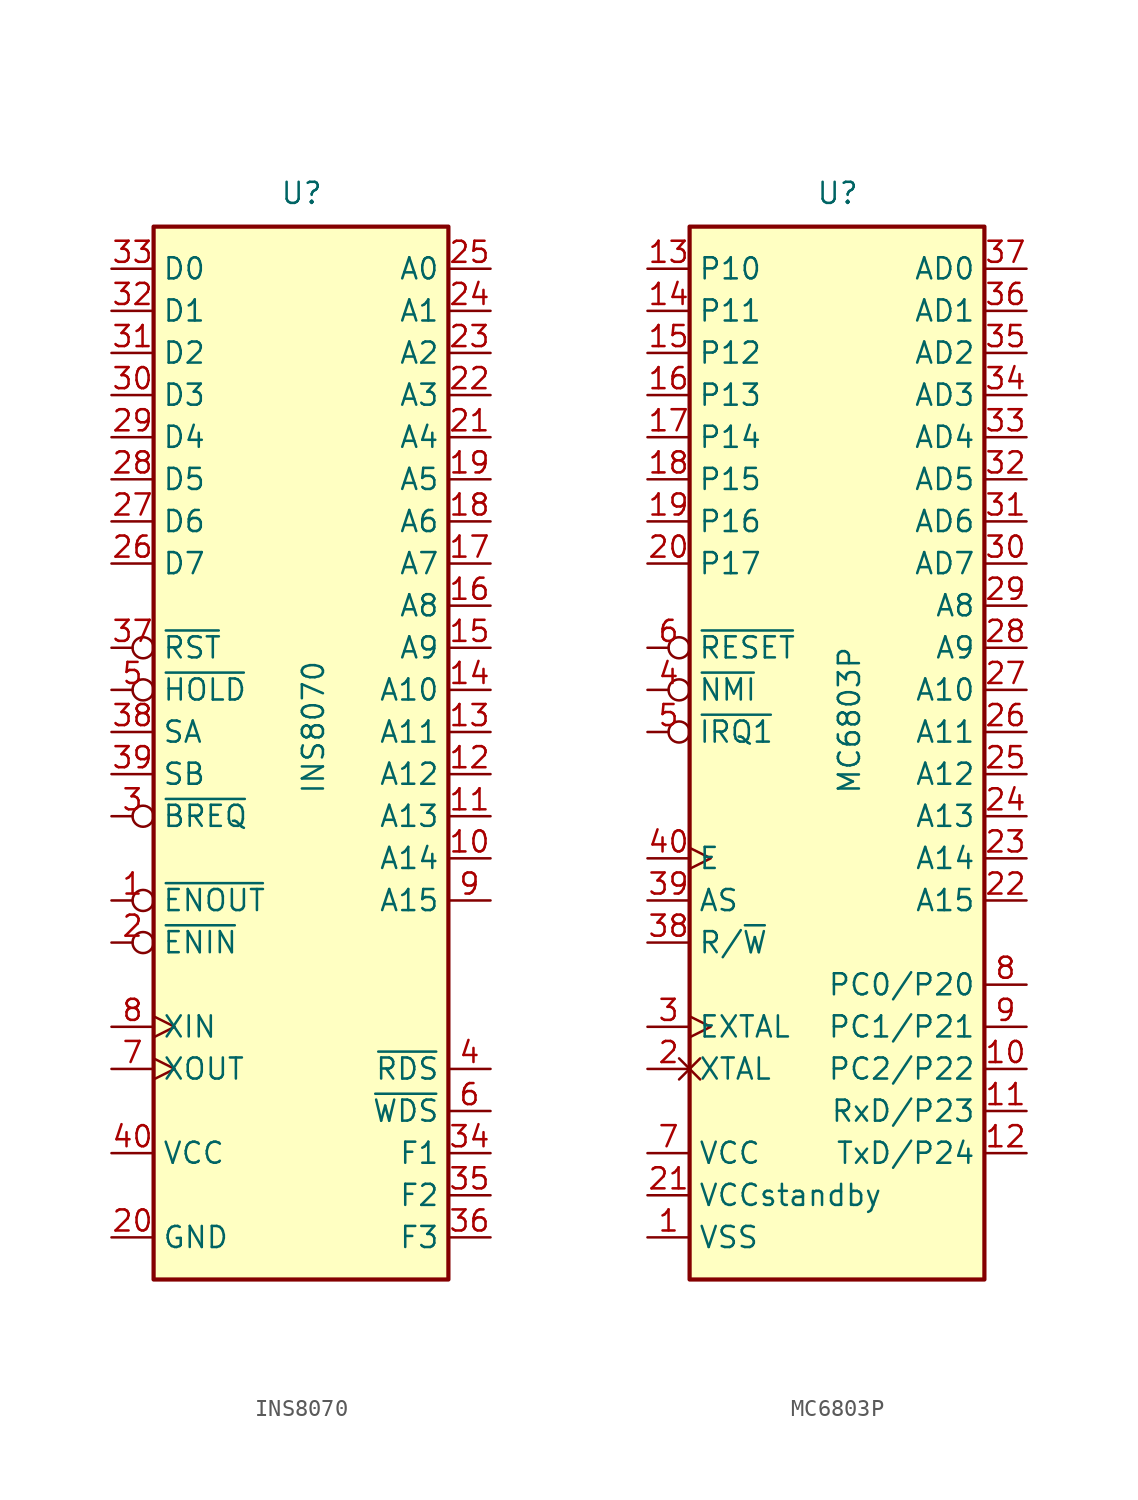
<source format=kicad_sym>
(kicad_symbol_lib
  (version 20211014)
  (generator kicad_symbol_editor)
  (symbol "INS8070"
    (property "Reference" "U"
      (at -1.27 31.75 0)
      (effects (font (size 1.27 1.27)) (justify left bottom)))
    (property "Value" "INS8070"
      (at 0 -3.81 90)
      (effects (font (size 1.27 1.27)) (justify left top)))
    (symbol "INS8070_0_1"
      (rectangle (start -8.89 -33.02) (end 8.89 30.48) (stroke (width 0.254) (type default) (color 0 0 0 0)) (fill (type background))))
    (symbol "INS8070_1_1"
      (pin output inverted (at -11.43 -10.16 0) (length 2.54) (name "~{ENOUT}" (effects (font (size 1.27 1.27)))) (number "1" (effects (font (size 1.27 1.27)))))
      (pin output line (at 11.43 -7.62 180) (length 2.54) (name "A14" (effects (font (size 1.27 1.27)))) (number "10" (effects (font (size 1.27 1.27)))))
      (pin output line (at 11.43 -5.08 180) (length 2.54) (name "A13" (effects (font (size 1.27 1.27)))) (number "11" (effects (font (size 1.27 1.27)))))
      (pin output line (at 11.43 -2.54 180) (length 2.54) (name "A12" (effects (font (size 1.27 1.27)))) (number "12" (effects (font (size 1.27 1.27)))))
      (pin output line (at 11.43 0 180) (length 2.54) (name "A11" (effects (font (size 1.27 1.27)))) (number "13" (effects (font (size 1.27 1.27)))))
      (pin output line (at 11.43 2.54 180) (length 2.54) (name "A10" (effects (font (size 1.27 1.27)))) (number "14" (effects (font (size 1.27 1.27)))))
      (pin output line (at 11.43 5.08 180) (length 2.54) (name "A9" (effects (font (size 1.27 1.27)))) (number "15" (effects (font (size 1.27 1.27)))))
      (pin output line (at 11.43 7.62 180) (length 2.54) (name "A8" (effects (font (size 1.27 1.27)))) (number "16" (effects (font (size 1.27 1.27)))))
      (pin output line (at 11.43 10.16 180) (length 2.54) (name "A7" (effects (font (size 1.27 1.27)))) (number "17" (effects (font (size 1.27 1.27)))))
      (pin output line (at 11.43 12.7 180) (length 2.54) (name "A6" (effects (font (size 1.27 1.27)))) (number "18" (effects (font (size 1.27 1.27)))))
      (pin output line (at 11.43 15.24 180) (length 2.54) (name "A5" (effects (font (size 1.27 1.27)))) (number "19" (effects (font (size 1.27 1.27)))))
      (pin input inverted (at -11.43 -12.7 0) (length 2.54) (name "~{ENIN}" (effects (font (size 1.27 1.27)))) (number "2" (effects (font (size 1.27 1.27)))))
      (pin power_in line (at -11.43 -30.48 0) (length 2.54) (name "GND" (effects (font (size 1.27 1.27)))) (number "20" (effects (font (size 1.27 1.27)))))
      (pin output line (at 11.43 17.78 180) (length 2.54) (name "A4" (effects (font (size 1.27 1.27)))) (number "21" (effects (font (size 1.27 1.27)))))
      (pin output line (at 11.43 20.32 180) (length 2.54) (name "A3" (effects (font (size 1.27 1.27)))) (number "22" (effects (font (size 1.27 1.27)))))
      (pin output line (at 11.43 22.86 180) (length 2.54) (name "A2" (effects (font (size 1.27 1.27)))) (number "23" (effects (font (size 1.27 1.27)))))
      (pin output line (at 11.43 25.4 180) (length 2.54) (name "A1" (effects (font (size 1.27 1.27)))) (number "24" (effects (font (size 1.27 1.27)))))
      (pin output line (at 11.43 27.94 180) (length 2.54) (name "A0" (effects (font (size 1.27 1.27)))) (number "25" (effects (font (size 1.27 1.27)))))
      (pin bidirectional line (at -11.43 10.16 0) (length 2.54) (name "D7" (effects (font (size 1.27 1.27)))) (number "26" (effects (font (size 1.27 1.27)))))
      (pin bidirectional line (at -11.43 12.7 0) (length 2.54) (name "D6" (effects (font (size 1.27 1.27)))) (number "27" (effects (font (size 1.27 1.27)))))
      (pin bidirectional line (at -11.43 15.24 0) (length 2.54) (name "D5" (effects (font (size 1.27 1.27)))) (number "28" (effects (font (size 1.27 1.27)))))
      (pin bidirectional line (at -11.43 17.78 0) (length 2.54) (name "D4" (effects (font (size 1.27 1.27)))) (number "29" (effects (font (size 1.27 1.27)))))
      (pin input inverted (at -11.43 -5.08 0) (length 2.54) (name "~{BREQ}" (effects (font (size 1.27 1.27)))) (number "3" (effects (font (size 1.27 1.27)))))
      (pin bidirectional line (at -11.43 20.32 0) (length 2.54) (name "D3" (effects (font (size 1.27 1.27)))) (number "30" (effects (font (size 1.27 1.27)))))
      (pin bidirectional line (at -11.43 22.86 0) (length 2.54) (name "D2" (effects (font (size 1.27 1.27)))) (number "31" (effects (font (size 1.27 1.27)))))
      (pin bidirectional line (at -11.43 25.4 0) (length 2.54) (name "D1" (effects (font (size 1.27 1.27)))) (number "32" (effects (font (size 1.27 1.27)))))
      (pin bidirectional line (at -11.43 27.94 0) (length 2.54) (name "D0" (effects (font (size 1.27 1.27)))) (number "33" (effects (font (size 1.27 1.27)))))
      (pin output line (at 11.43 -25.4 180) (length 2.54) (name "F1" (effects (font (size 1.27 1.27)))) (number "34" (effects (font (size 1.27 1.27)))))
      (pin output line (at 11.43 -27.94 180) (length 2.54) (name "F2" (effects (font (size 1.27 1.27)))) (number "35" (effects (font (size 1.27 1.27)))))
      (pin output line (at 11.43 -30.48 180) (length 2.54) (name "F3" (effects (font (size 1.27 1.27)))) (number "36" (effects (font (size 1.27 1.27)))))
      (pin input inverted (at -11.43 5.08 0) (length 2.54) (name "~{RST}" (effects (font (size 1.27 1.27)))) (number "37" (effects (font (size 1.27 1.27)))))
      (pin input line (at -11.43 0 0) (length 2.54) (name "SA" (effects (font (size 1.27 1.27)))) (number "38" (effects (font (size 1.27 1.27)))))
      (pin input line (at -11.43 -2.54 0) (length 2.54) (name "SB" (effects (font (size 1.27 1.27)))) (number "39" (effects (font (size 1.27 1.27)))))
      (pin output line (at 11.43 -20.32 180) (length 2.54) (name "~{RDS}" (effects (font (size 1.27 1.27)))) (number "4" (effects (font (size 1.27 1.27)))))
      (pin power_in line (at -11.43 -25.4 0) (length 2.54) (name "VCC" (effects (font (size 1.27 1.27)))) (number "40" (effects (font (size 1.27 1.27)))))
      (pin input inverted (at -11.43 2.54 0) (length 2.54) (name "~{HOLD}" (effects (font (size 1.27 1.27)))) (number "5" (effects (font (size 1.27 1.27)))))
      (pin output line (at 11.43 -22.86 180) (length 2.54) (name "~{WDS}" (effects (font (size 1.27 1.27)))) (number "6" (effects (font (size 1.27 1.27)))))
      (pin output clock (at -11.43 -20.32 0) (length 2.54) (name "XOUT" (effects (font (size 1.27 1.27)))) (number "7" (effects (font (size 1.27 1.27)))))
      (pin input clock (at -11.43 -17.78 0) (length 2.54) (name "XIN" (effects (font (size 1.27 1.27)))) (number "8" (effects (font (size 1.27 1.27)))))
      (pin output line (at 11.43 -10.16 180) (length 2.54) (name "A15" (effects (font (size 1.27 1.27)))) (number "9" (effects (font (size 1.27 1.27)))))))
  (symbol "MC6803P"
    (property "Reference" "U"
      (at -1.27 31.75 0)
      (effects (font (size 1.27 1.27)) (justify left bottom)))
    (property "Value" "MC6803P"
      (at 0 -3.81 90)
      (effects (font (size 1.27 1.27)) (justify left top)))
    (symbol "MC6803P_0_1"
      (rectangle (start -8.89 -33.02) (end 8.89 30.48) (stroke (width 0.254) (type default) (color 0 0 0 0)) (fill (type background))))
    (symbol "MC6803P_1_1"
      (pin power_in line (at -11.43 -30.48 0) (length 2.54) (name "VSS" (effects (font (size 1.27 1.27)))) (number "1" (effects (font (size 1.27 1.27)))))
      (pin bidirectional line (at 11.43 -20.32 180) (length 2.54) (name "PC2/P22" (effects (font (size 1.27 1.27)))) (number "10" (effects (font (size 1.27 1.27)))))
      (pin input line (at 11.43 -22.86 180) (length 2.54) (name "RxD/P23" (effects (font (size 1.27 1.27)))) (number "11" (effects (font (size 1.27 1.27)))))
      (pin output line (at 11.43 -25.4 180) (length 2.54) (name "TxD/P24" (effects (font (size 1.27 1.27)))) (number "12" (effects (font (size 1.27 1.27)))))
      (pin bidirectional line (at -11.43 27.94 0) (length 2.54) (name "P10" (effects (font (size 1.27 1.27)))) (number "13" (effects (font (size 1.27 1.27)))))
      (pin bidirectional line (at -11.43 25.4 0) (length 2.54) (name "P11" (effects (font (size 1.27 1.27)))) (number "14" (effects (font (size 1.27 1.27)))))
      (pin bidirectional line (at -11.43 22.86 0) (length 2.54) (name "P12" (effects (font (size 1.27 1.27)))) (number "15" (effects (font (size 1.27 1.27)))))
      (pin bidirectional line (at -11.43 20.32 0) (length 2.54) (name "P13" (effects (font (size 1.27 1.27)))) (number "16" (effects (font (size 1.27 1.27)))))
      (pin bidirectional line (at -11.43 17.78 0) (length 2.54) (name "P14" (effects (font (size 1.27 1.27)))) (number "17" (effects (font (size 1.27 1.27)))))
      (pin bidirectional line (at -11.43 15.24 0) (length 2.54) (name "P15" (effects (font (size 1.27 1.27)))) (number "18" (effects (font (size 1.27 1.27)))))
      (pin bidirectional line (at -11.43 12.7 0) (length 2.54) (name "P16" (effects (font (size 1.27 1.27)))) (number "19" (effects (font (size 1.27 1.27)))))
      (pin input non_logic (at -11.43 -20.32 0) (length 2.54) (name "XTAL" (effects (font (size 1.27 1.27)))) (number "2" (effects (font (size 1.27 1.27)))))
      (pin bidirectional line (at -11.43 10.16 0) (length 2.54) (name "P17" (effects (font (size 1.27 1.27)))) (number "20" (effects (font (size 1.27 1.27)))))
      (pin power_in line (at -11.43 -27.94 0) (length 2.54) (name "VCCstandby" (effects (font (size 1.27 1.27)))) (number "21" (effects (font (size 1.27 1.27)))))
      (pin output line (at 11.43 -10.16 180) (length 2.54) (name "A15" (effects (font (size 1.27 1.27)))) (number "22" (effects (font (size 1.27 1.27)))))
      (pin output line (at 11.43 -7.62 180) (length 2.54) (name "A14" (effects (font (size 1.27 1.27)))) (number "23" (effects (font (size 1.27 1.27)))))
      (pin output line (at 11.43 -5.08 180) (length 2.54) (name "A13" (effects (font (size 1.27 1.27)))) (number "24" (effects (font (size 1.27 1.27)))))
      (pin output line (at 11.43 -2.54 180) (length 2.54) (name "A12" (effects (font (size 1.27 1.27)))) (number "25" (effects (font (size 1.27 1.27)))))
      (pin output line (at 11.43 0 180) (length 2.54) (name "A11" (effects (font (size 1.27 1.27)))) (number "26" (effects (font (size 1.27 1.27)))))
      (pin output line (at 11.43 2.54 180) (length 2.54) (name "A10" (effects (font (size 1.27 1.27)))) (number "27" (effects (font (size 1.27 1.27)))))
      (pin output line (at 11.43 5.08 180) (length 2.54) (name "A9" (effects (font (size 1.27 1.27)))) (number "28" (effects (font (size 1.27 1.27)))))
      (pin output line (at 11.43 7.62 180) (length 2.54) (name "A8" (effects (font (size 1.27 1.27)))) (number "29" (effects (font (size 1.27 1.27)))))
      (pin input clock (at -11.43 -17.78 0) (length 2.54) (name "EXTAL" (effects (font (size 1.27 1.27)))) (number "3" (effects (font (size 1.27 1.27)))))
      (pin bidirectional line (at 11.43 10.16 180) (length 2.54) (name "AD7" (effects (font (size 1.27 1.27)))) (number "30" (effects (font (size 1.27 1.27)))))
      (pin bidirectional line (at 11.43 12.7 180) (length 2.54) (name "AD6" (effects (font (size 1.27 1.27)))) (number "31" (effects (font (size 1.27 1.27)))))
      (pin bidirectional line (at 11.43 15.24 180) (length 2.54) (name "AD5" (effects (font (size 1.27 1.27)))) (number "32" (effects (font (size 1.27 1.27)))))
      (pin bidirectional line (at 11.43 17.78 180) (length 2.54) (name "AD4" (effects (font (size 1.27 1.27)))) (number "33" (effects (font (size 1.27 1.27)))))
      (pin bidirectional line (at 11.43 20.32 180) (length 2.54) (name "AD3" (effects (font (size 1.27 1.27)))) (number "34" (effects (font (size 1.27 1.27)))))
      (pin bidirectional line (at 11.43 22.86 180) (length 2.54) (name "AD2" (effects (font (size 1.27 1.27)))) (number "35" (effects (font (size 1.27 1.27)))))
      (pin bidirectional line (at 11.43 25.4 180) (length 2.54) (name "AD1" (effects (font (size 1.27 1.27)))) (number "36" (effects (font (size 1.27 1.27)))))
      (pin bidirectional line (at 11.43 27.94 180) (length 2.54) (name "AD0" (effects (font (size 1.27 1.27)))) (number "37" (effects (font (size 1.27 1.27)))))
      (pin output line (at -11.43 -12.7 0) (length 2.54) (name "R/~{W}" (effects (font (size 1.27 1.27)))) (number "38" (effects (font (size 1.27 1.27)))))
      (pin output line (at -11.43 -10.16 0) (length 2.54) (name "AS" (effects (font (size 1.27 1.27)))) (number "39" (effects (font (size 1.27 1.27)))))
      (pin input inverted (at -11.43 2.54 0) (length 2.54) (name "~{NMI}" (effects (font (size 1.27 1.27)))) (number "4" (effects (font (size 1.27 1.27)))))
      (pin output clock (at -11.43 -7.62 0) (length 2.54) (name "E" (effects (font (size 1.27 1.27)))) (number "40" (effects (font (size 1.27 1.27)))))
      (pin input inverted (at -11.43 0 0) (length 2.54) (name "~{IRQ1}" (effects (font (size 1.27 1.27)))) (number "5" (effects (font (size 1.27 1.27)))))
      (pin input inverted (at -11.43 5.08 0) (length 2.54) (name "~{RESET}" (effects (font (size 1.27 1.27)))) (number "6" (effects (font (size 1.27 1.27)))))
      (pin power_in line (at -11.43 -25.4 0) (length 2.54) (name "VCC" (effects (font (size 1.27 1.27)))) (number "7" (effects (font (size 1.27 1.27)))))
      (pin bidirectional line (at 11.43 -15.24 180) (length 2.54) (name "PC0/P20" (effects (font (size 1.27 1.27)))) (number "8" (effects (font (size 1.27 1.27)))))
      (pin bidirectional line (at 11.43 -17.78 180) (length 2.54) (name "PC1/P21" (effects (font (size 1.27 1.27)))) (number "9" (effects (font (size 1.27 1.27))))))))
</source>
